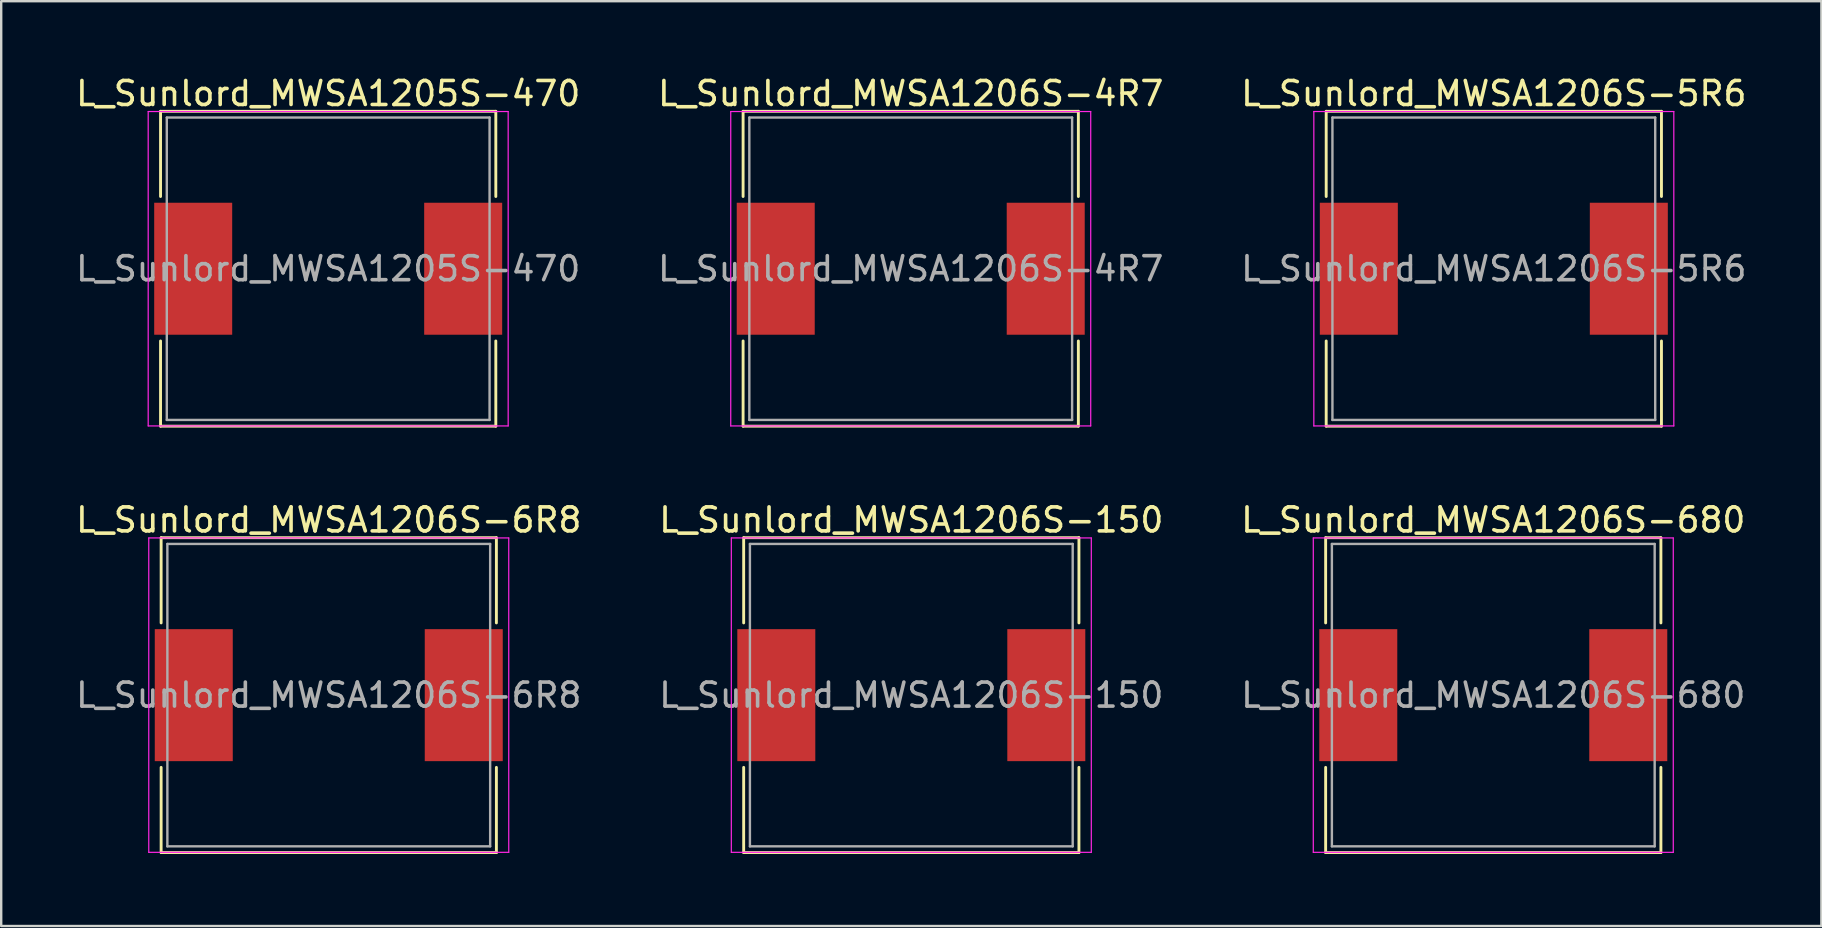
<source format=kicad_pcb>
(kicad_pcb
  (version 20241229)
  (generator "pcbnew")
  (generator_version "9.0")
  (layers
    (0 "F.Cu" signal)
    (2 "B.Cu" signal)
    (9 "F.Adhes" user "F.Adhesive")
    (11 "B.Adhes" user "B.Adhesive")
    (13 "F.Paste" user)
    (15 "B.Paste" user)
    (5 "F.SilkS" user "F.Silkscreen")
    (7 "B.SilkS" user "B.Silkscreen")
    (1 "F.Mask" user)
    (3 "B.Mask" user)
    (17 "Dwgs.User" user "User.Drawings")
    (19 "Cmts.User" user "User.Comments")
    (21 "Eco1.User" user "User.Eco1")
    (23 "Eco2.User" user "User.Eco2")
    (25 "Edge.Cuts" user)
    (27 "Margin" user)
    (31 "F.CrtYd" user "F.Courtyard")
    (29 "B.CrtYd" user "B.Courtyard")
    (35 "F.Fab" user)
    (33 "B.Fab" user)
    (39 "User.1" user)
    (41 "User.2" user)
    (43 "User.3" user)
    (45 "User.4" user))
  (footprint "L_Sunlord_MWSA1206S-6R8"
    (layer "F.Cu")
    (at 10.649 25.916)
    (property "Reference" "L_Sunlord_MWSA1206S-6R8" (at 0 -7.3 0) (layer "F.SilkS") (effects (font (size 1 1) (thickness 0.15))))
    (attr smd)
    (fp_line (start -6.985 -6.56) (end -6.985 -3.01) (stroke (width 0.12) (type solid)) (layer "F.SilkS"))
    (fp_line (start -6.985 -6.56) (end 6.985 -6.56) (stroke (width 0.12) (type solid)) (layer "F.SilkS"))
    (fp_line (start -6.985 6.56) (end -6.985 3.01) (stroke (width 0.12) (type solid)) (layer "F.SilkS"))
    (fp_line (start -6.985 6.56) (end 6.985 6.56) (stroke (width 0.12) (type solid)) (layer "F.SilkS"))
    (fp_line (start 6.985 -6.56) (end 6.985 -3.01) (stroke (width 0.12) (type solid)) (layer "F.SilkS"))
    (fp_line (start 6.985 6.56) (end 6.985 3.01) (stroke (width 0.12) (type solid)) (layer "F.SilkS"))
    (fp_line (start -7.5 -6.55) (end -7.5 6.55) (stroke (width 0.05) (type solid)) (layer "F.CrtYd"))
    (fp_line (start -7.5 6.55) (end 7.5 6.55) (stroke (width 0.05) (type solid)) (layer "F.CrtYd"))
    (fp_line (start 7.5 -6.55) (end -7.5 -6.55) (stroke (width 0.05) (type solid)) (layer "F.CrtYd"))
    (fp_line (start 7.5 6.55) (end 7.5 -6.55) (stroke (width 0.05) (type solid)) (layer "F.CrtYd"))
    (fp_line (start -6.725 -6.3) (end -6.725 6.3) (stroke (width 0.1) (type solid)) (layer "F.Fab"))
    (fp_line (start -6.725 6.3) (end 6.725 6.3) (stroke (width 0.1) (type solid)) (layer "F.Fab"))
    (fp_line (start 6.725 -6.3) (end -6.725 -6.3) (stroke (width 0.1) (type solid)) (layer "F.Fab"))
    (fp_line (start 6.725 6.3) (end 6.725 -6.3) (stroke (width 0.1) (type solid)) (layer "F.Fab"))
    (fp_text user "${REFERENCE}" (at 0 0 0) (layer "F.Fab") (effects (font (size 1 1) (thickness 0.15))))
    (pad "1" smd rect (at -5.625 0) (size 3.25 5.5) (layers "F.Cu" "F.Mask" "F.Paste"))
    (pad "2" smd rect (at 5.625 0) (size 3.25 5.5) (layers "F.Cu" "F.Mask" "F.Paste")))
  (footprint "L_Sunlord_MWSA1205S-470"
    (layer "F.Cu")
    (at 10.625 8.148)
    (property "Reference" "L_Sunlord_MWSA1205S-470" (at 0 -7.3 0) (layer "F.SilkS") (effects (font (size 1 1) (thickness 0.15))))
    (attr smd)
    (fp_line (start -6.985 -6.56) (end -6.985 -3.01) (stroke (width 0.12) (type solid)) (layer "F.SilkS"))
    (fp_line (start -6.985 -6.56) (end 6.985 -6.56) (stroke (width 0.12) (type solid)) (layer "F.SilkS"))
    (fp_line (start -6.985 6.56) (end -6.985 3.01) (stroke (width 0.12) (type solid)) (layer "F.SilkS"))
    (fp_line (start -6.985 6.56) (end 6.985 6.56) (stroke (width 0.12) (type solid)) (layer "F.SilkS"))
    (fp_line (start 6.985 -6.56) (end 6.985 -3.01) (stroke (width 0.12) (type solid)) (layer "F.SilkS"))
    (fp_line (start 6.985 6.56) (end 6.985 3.01) (stroke (width 0.12) (type solid)) (layer "F.SilkS"))
    (fp_line (start -7.5 -6.55) (end -7.5 6.55) (stroke (width 0.05) (type solid)) (layer "F.CrtYd"))
    (fp_line (start -7.5 6.55) (end 7.5 6.55) (stroke (width 0.05) (type solid)) (layer "F.CrtYd"))
    (fp_line (start 7.5 -6.55) (end -7.5 -6.55) (stroke (width 0.05) (type solid)) (layer "F.CrtYd"))
    (fp_line (start 7.5 6.55) (end 7.5 -6.55) (stroke (width 0.05) (type solid)) (layer "F.CrtYd"))
    (fp_line (start -6.725 -6.3) (end -6.725 6.3) (stroke (width 0.1) (type solid)) (layer "F.Fab"))
    (fp_line (start -6.725 6.3) (end 6.725 6.3) (stroke (width 0.1) (type solid)) (layer "F.Fab"))
    (fp_line (start 6.725 -6.3) (end -6.725 -6.3) (stroke (width 0.1) (type solid)) (layer "F.Fab"))
    (fp_line (start 6.725 6.3) (end 6.725 -6.3) (stroke (width 0.1) (type solid)) (layer "F.Fab"))
    (fp_text user "${REFERENCE}" (at 0 0 0) (layer "F.Fab") (effects (font (size 1 1) (thickness 0.15))))
    (pad "1" smd rect (at -5.625 0) (size 3.25 5.5) (layers "F.Cu" "F.Mask" "F.Paste"))
    (pad "2" smd rect (at 5.625 0) (size 3.25 5.5) (layers "F.Cu" "F.Mask" "F.Paste")))
  (footprint "L_Sunlord_MWSA1206S-680"
    (layer "F.Cu")
    (at 59.173 25.916)
    (property "Reference" "L_Sunlord_MWSA1206S-680" (at 0 -7.3 0) (layer "F.SilkS") (effects (font (size 1 1) (thickness 0.15))))
    (attr smd)
    (fp_line (start -6.985 -6.56) (end -6.985 -3.01) (stroke (width 0.12) (type solid)) (layer "F.SilkS"))
    (fp_line (start -6.985 -6.56) (end 6.985 -6.56) (stroke (width 0.12) (type solid)) (layer "F.SilkS"))
    (fp_line (start -6.985 6.56) (end -6.985 3.01) (stroke (width 0.12) (type solid)) (layer "F.SilkS"))
    (fp_line (start -6.985 6.56) (end 6.985 6.56) (stroke (width 0.12) (type solid)) (layer "F.SilkS"))
    (fp_line (start 6.985 -6.56) (end 6.985 -3.01) (stroke (width 0.12) (type solid)) (layer "F.SilkS"))
    (fp_line (start 6.985 6.56) (end 6.985 3.01) (stroke (width 0.12) (type solid)) (layer "F.SilkS"))
    (fp_line (start -7.5 -6.55) (end -7.5 6.55) (stroke (width 0.05) (type solid)) (layer "F.CrtYd"))
    (fp_line (start -7.5 6.55) (end 7.5 6.55) (stroke (width 0.05) (type solid)) (layer "F.CrtYd"))
    (fp_line (start 7.5 -6.55) (end -7.5 -6.55) (stroke (width 0.05) (type solid)) (layer "F.CrtYd"))
    (fp_line (start 7.5 6.55) (end 7.5 -6.55) (stroke (width 0.05) (type solid)) (layer "F.CrtYd"))
    (fp_line (start -6.725 -6.3) (end -6.725 6.3) (stroke (width 0.1) (type solid)) (layer "F.Fab"))
    (fp_line (start -6.725 6.3) (end 6.725 6.3) (stroke (width 0.1) (type solid)) (layer "F.Fab"))
    (fp_line (start 6.725 -6.3) (end -6.725 -6.3) (stroke (width 0.1) (type solid)) (layer "F.Fab"))
    (fp_line (start 6.725 6.3) (end 6.725 -6.3) (stroke (width 0.1) (type solid)) (layer "F.Fab"))
    (fp_text user "${REFERENCE}" (at 0 0 0) (layer "F.Fab") (effects (font (size 1 1) (thickness 0.15))))
    (pad "1" smd rect (at -5.625 0) (size 3.25 5.5) (layers "F.Cu" "F.Mask" "F.Paste"))
    (pad "2" smd rect (at 5.625 0) (size 3.25 5.5) (layers "F.Cu" "F.Mask" "F.Paste")))
  (footprint "L_Sunlord_MWSA1206S-5R6"
    (layer "F.Cu")
    (at 59.196 8.148)
    (property "Reference" "L_Sunlord_MWSA1206S-5R6" (at 0 -7.3 0) (layer "F.SilkS") (effects (font (size 1 1) (thickness 0.15))))
    (attr smd)
    (fp_line (start -6.985 -6.56) (end -6.985 -3.01) (stroke (width 0.12) (type solid)) (layer "F.SilkS"))
    (fp_line (start -6.985 -6.56) (end 6.985 -6.56) (stroke (width 0.12) (type solid)) (layer "F.SilkS"))
    (fp_line (start -6.985 6.56) (end -6.985 3.01) (stroke (width 0.12) (type solid)) (layer "F.SilkS"))
    (fp_line (start -6.985 6.56) (end 6.985 6.56) (stroke (width 0.12) (type solid)) (layer "F.SilkS"))
    (fp_line (start 6.985 -6.56) (end 6.985 -3.01) (stroke (width 0.12) (type solid)) (layer "F.SilkS"))
    (fp_line (start 6.985 6.56) (end 6.985 3.01) (stroke (width 0.12) (type solid)) (layer "F.SilkS"))
    (fp_line (start -7.5 -6.55) (end -7.5 6.55) (stroke (width 0.05) (type solid)) (layer "F.CrtYd"))
    (fp_line (start -7.5 6.55) (end 7.5 6.55) (stroke (width 0.05) (type solid)) (layer "F.CrtYd"))
    (fp_line (start 7.5 -6.55) (end -7.5 -6.55) (stroke (width 0.05) (type solid)) (layer "F.CrtYd"))
    (fp_line (start 7.5 6.55) (end 7.5 -6.55) (stroke (width 0.05) (type solid)) (layer "F.CrtYd"))
    (fp_line (start -6.725 -6.3) (end -6.725 6.3) (stroke (width 0.1) (type solid)) (layer "F.Fab"))
    (fp_line (start -6.725 6.3) (end 6.725 6.3) (stroke (width 0.1) (type solid)) (layer "F.Fab"))
    (fp_line (start 6.725 -6.3) (end -6.725 -6.3) (stroke (width 0.1) (type solid)) (layer "F.Fab"))
    (fp_line (start 6.725 6.3) (end 6.725 -6.3) (stroke (width 0.1) (type solid)) (layer "F.Fab"))
    (fp_text user "${REFERENCE}" (at 0 0 0) (layer "F.Fab") (effects (font (size 1 1) (thickness 0.15))))
    (pad "1" smd rect (at -5.625 0) (size 3.25 5.5) (layers "F.Cu" "F.Mask" "F.Paste"))
    (pad "2" smd rect (at 5.625 0) (size 3.25 5.5) (layers "F.Cu" "F.Mask" "F.Paste")))
  (footprint "L_Sunlord_MWSA1206S-4R7"
    (layer "F.Cu")
    (at 34.899 8.148)
    (property "Reference" "L_Sunlord_MWSA1206S-4R7" (at 0 -7.3 0) (layer "F.SilkS") (effects (font (size 1 1) (thickness 0.15))))
    (attr smd)
    (fp_line (start -6.985 -6.56) (end -6.985 -3.01) (stroke (width 0.12) (type solid)) (layer "F.SilkS"))
    (fp_line (start -6.985 -6.56) (end 6.985 -6.56) (stroke (width 0.12) (type solid)) (layer "F.SilkS"))
    (fp_line (start -6.985 6.56) (end -6.985 3.01) (stroke (width 0.12) (type solid)) (layer "F.SilkS"))
    (fp_line (start -6.985 6.56) (end 6.985 6.56) (stroke (width 0.12) (type solid)) (layer "F.SilkS"))
    (fp_line (start 6.985 -6.56) (end 6.985 -3.01) (stroke (width 0.12) (type solid)) (layer "F.SilkS"))
    (fp_line (start 6.985 6.56) (end 6.985 3.01) (stroke (width 0.12) (type solid)) (layer "F.SilkS"))
    (fp_line (start -7.5 -6.55) (end -7.5 6.55) (stroke (width 0.05) (type solid)) (layer "F.CrtYd"))
    (fp_line (start -7.5 6.55) (end 7.5 6.55) (stroke (width 0.05) (type solid)) (layer "F.CrtYd"))
    (fp_line (start 7.5 -6.55) (end -7.5 -6.55) (stroke (width 0.05) (type solid)) (layer "F.CrtYd"))
    (fp_line (start 7.5 6.55) (end 7.5 -6.55) (stroke (width 0.05) (type solid)) (layer "F.CrtYd"))
    (fp_line (start -6.725 -6.3) (end -6.725 6.3) (stroke (width 0.1) (type solid)) (layer "F.Fab"))
    (fp_line (start -6.725 6.3) (end 6.725 6.3) (stroke (width 0.1) (type solid)) (layer "F.Fab"))
    (fp_line (start 6.725 -6.3) (end -6.725 -6.3) (stroke (width 0.1) (type solid)) (layer "F.Fab"))
    (fp_line (start 6.725 6.3) (end 6.725 -6.3) (stroke (width 0.1) (type solid)) (layer "F.Fab"))
    (fp_text user "${REFERENCE}" (at 0 0 0) (layer "F.Fab") (effects (font (size 1 1) (thickness 0.15))))
    (pad "1" smd rect (at -5.625 0) (size 3.25 5.5) (layers "F.Cu" "F.Mask" "F.Paste"))
    (pad "2" smd rect (at 5.625 0) (size 3.25 5.5) (layers "F.Cu" "F.Mask" "F.Paste")))
  (footprint "L_Sunlord_MWSA1206S-150"
    (layer "F.Cu")
    (at 34.923 25.916)
    (property "Reference" "L_Sunlord_MWSA1206S-150" (at 0 -7.3 0) (layer "F.SilkS") (effects (font (size 1 1) (thickness 0.15))))
    (attr smd)
    (fp_line (start -6.985 -6.56) (end -6.985 -3.01) (stroke (width 0.12) (type solid)) (layer "F.SilkS"))
    (fp_line (start -6.985 -6.56) (end 6.985 -6.56) (stroke (width 0.12) (type solid)) (layer "F.SilkS"))
    (fp_line (start -6.985 6.56) (end -6.985 3.01) (stroke (width 0.12) (type solid)) (layer "F.SilkS"))
    (fp_line (start -6.985 6.56) (end 6.985 6.56) (stroke (width 0.12) (type solid)) (layer "F.SilkS"))
    (fp_line (start 6.985 -6.56) (end 6.985 -3.01) (stroke (width 0.12) (type solid)) (layer "F.SilkS"))
    (fp_line (start 6.985 6.56) (end 6.985 3.01) (stroke (width 0.12) (type solid)) (layer "F.SilkS"))
    (fp_line (start -7.5 -6.55) (end -7.5 6.55) (stroke (width 0.05) (type solid)) (layer "F.CrtYd"))
    (fp_line (start -7.5 6.55) (end 7.5 6.55) (stroke (width 0.05) (type solid)) (layer "F.CrtYd"))
    (fp_line (start 7.5 -6.55) (end -7.5 -6.55) (stroke (width 0.05) (type solid)) (layer "F.CrtYd"))
    (fp_line (start 7.5 6.55) (end 7.5 -6.55) (stroke (width 0.05) (type solid)) (layer "F.CrtYd"))
    (fp_line (start -6.725 -6.3) (end -6.725 6.3) (stroke (width 0.1) (type solid)) (layer "F.Fab"))
    (fp_line (start -6.725 6.3) (end 6.725 6.3) (stroke (width 0.1) (type solid)) (layer "F.Fab"))
    (fp_line (start 6.725 -6.3) (end -6.725 -6.3) (stroke (width 0.1) (type solid)) (layer "F.Fab"))
    (fp_line (start 6.725 6.3) (end 6.725 -6.3) (stroke (width 0.1) (type solid)) (layer "F.Fab"))
    (fp_text user "${REFERENCE}" (at 0 0 0) (layer "F.Fab") (effects (font (size 1 1) (thickness 0.15))))
    (pad "1" smd rect (at -5.625 0) (size 3.25 5.5) (layers "F.Cu" "F.Mask" "F.Paste"))
    (pad "2" smd rect (at 5.625 0) (size 3.25 5.5) (layers "F.Cu" "F.Mask" "F.Paste")))
  (gr_rect
    (start -3 -3)
    (end 72.845 35.536)
    (stroke (width 0.1) (type default))
    (fill no)
    (layer "Edge.Cuts")))
</source>
